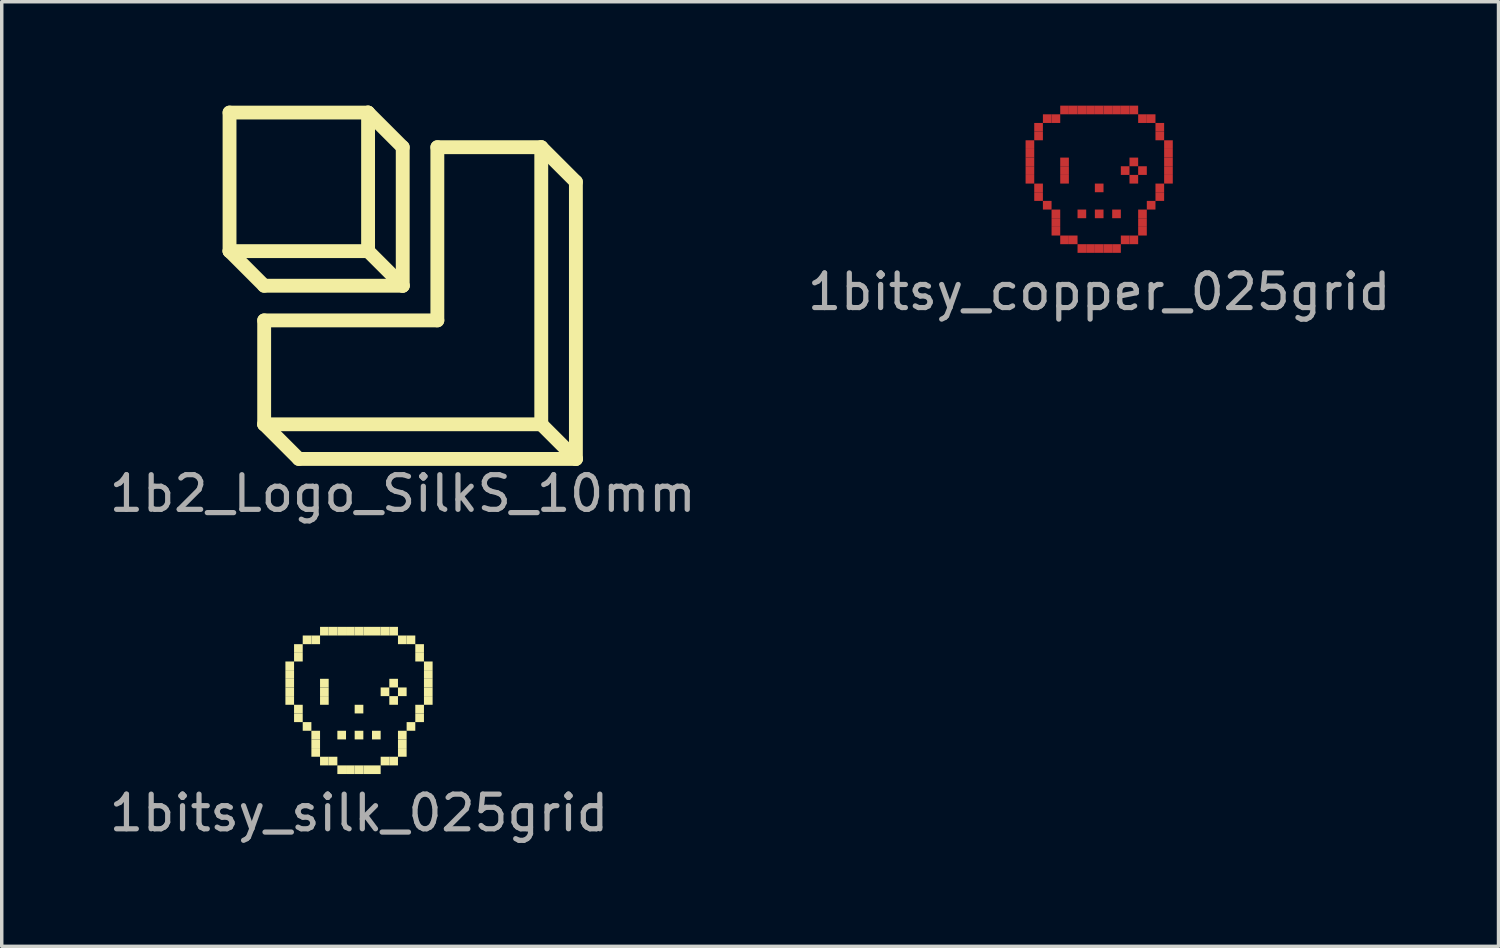
<source format=kicad_pcb>
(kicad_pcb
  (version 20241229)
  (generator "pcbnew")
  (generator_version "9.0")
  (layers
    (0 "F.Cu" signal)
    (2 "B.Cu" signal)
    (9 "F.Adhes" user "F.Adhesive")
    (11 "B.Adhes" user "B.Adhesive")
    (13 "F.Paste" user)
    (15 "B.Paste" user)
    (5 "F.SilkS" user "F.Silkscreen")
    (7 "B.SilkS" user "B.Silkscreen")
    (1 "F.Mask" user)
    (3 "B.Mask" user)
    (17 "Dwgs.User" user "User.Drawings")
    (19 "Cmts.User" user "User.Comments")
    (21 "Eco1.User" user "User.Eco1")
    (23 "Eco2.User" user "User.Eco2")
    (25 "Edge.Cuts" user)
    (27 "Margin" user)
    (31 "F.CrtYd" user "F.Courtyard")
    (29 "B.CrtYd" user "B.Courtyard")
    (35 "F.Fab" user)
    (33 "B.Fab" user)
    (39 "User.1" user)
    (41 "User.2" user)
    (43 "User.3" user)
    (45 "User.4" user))
  (footprint "1bitsy_copper_025grid"
    (layer "F.Cu")
    (at 28.685 1.625)
    (property "Reference" "1bitsy_copper_025grid" (at 0 3.75 0) (layer "F.Fab") (effects (font (size 1 1) (thickness 0.15))))
    (attr exclude_from_pos_files exclude_from_bom)
    (pad "1" smd rect (at -2 -0.5 270) (size 0.25 0.25) (layers "F.Cu" "F.Mask" "F.Paste"))
    (pad "1" smd rect (at -2 -0.25 270) (size 0.25 0.25) (layers "F.Cu" "F.Mask" "F.Paste"))
    (pad "1" smd rect (at -2 0 270) (size 0.25 0.25) (layers "F.Cu" "F.Mask" "F.Paste"))
    (pad "1" smd rect (at -2 0.25 270) (size 0.25 0.25) (layers "F.Cu" "F.Mask" "F.Paste"))
    (pad "1" smd rect (at -2 0.5 270) (size 0.25 0.25) (layers "F.Cu" "F.Mask" "F.Paste"))
    (pad "1" smd rect (at -1.75 -1 90) (size 0.25 0.25) (layers "F.Cu" "F.Mask" "F.Paste"))
    (pad "1" smd rect (at -1.75 -0.75 90) (size 0.25 0.25) (layers "F.Cu" "F.Mask" "F.Paste"))
    (pad "1" smd rect (at -1.75 0.75 90) (size 0.25 0.25) (layers "F.Cu" "F.Mask" "F.Paste"))
    (pad "1" smd rect (at -1.75 1 90) (size 0.25 0.25) (layers "F.Cu" "F.Mask" "F.Paste"))
    (pad "1" smd rect (at -1.5 -1.25) (size 0.25 0.25) (layers "F.Cu" "F.Mask" "F.Paste"))
    (pad "1" smd rect (at -1.5 1.25 90) (size 0.25 0.25) (layers "F.Cu" "F.Mask" "F.Paste"))
    (pad "1" smd rect (at -1.25 -1.25) (size 0.25 0.25) (layers "F.Cu" "F.Mask" "F.Paste"))
    (pad "1" smd rect (at -1.25 1.5 90) (size 0.25 0.25) (layers "F.Cu" "F.Mask" "F.Paste"))
    (pad "1" smd rect (at -1.25 1.75 90) (size 0.25 0.25) (layers "F.Cu" "F.Mask" "F.Paste"))
    (pad "1" smd rect (at -1.25 2 90) (size 0.25 0.25) (layers "F.Cu" "F.Mask" "F.Paste"))
    (pad "1" smd rect (at -1 -1.5) (size 0.25 0.25) (layers "F.Cu" "F.Mask" "F.Paste"))
    (pad "1" smd rect (at -1 0 90) (size 0.25 0.25) (layers "F.Cu" "F.Mask" "F.Paste"))
    (pad "1" smd rect (at -1 0.25 90) (size 0.25 0.25) (layers "F.Cu" "F.Mask" "F.Paste"))
    (pad "1" smd rect (at -1 0.5 90) (size 0.25 0.25) (layers "F.Cu" "F.Mask" "F.Paste"))
    (pad "1" smd rect (at -1 2.25) (size 0.25 0.25) (layers "F.Cu" "F.Mask" "F.Paste"))
    (pad "1" smd rect (at -0.75 -1.5) (size 0.25 0.25) (layers "F.Cu" "F.Mask" "F.Paste"))
    (pad "1" smd rect (at -0.75 2.25) (size 0.25 0.25) (layers "F.Cu" "F.Mask" "F.Paste"))
    (pad "1" smd rect (at -0.5 -1.5) (size 0.25 0.25) (layers "F.Cu" "F.Mask" "F.Paste"))
    (pad "1" smd rect (at -0.5 1.5 90) (size 0.25 0.25) (layers "F.Cu" "F.Mask" "F.Paste"))
    (pad "1" smd rect (at -0.5 2.5) (size 0.25 0.25) (layers "F.Cu" "F.Mask" "F.Paste"))
    (pad "1" smd rect (at -0.25 -1.5) (size 0.25 0.25) (layers "F.Cu" "F.Mask" "F.Paste"))
    (pad "1" smd rect (at -0.25 2.5) (size 0.25 0.25) (layers "F.Cu" "F.Mask" "F.Paste"))
    (pad "1" smd rect (at 0 -1.5) (size 0.25 0.25) (layers "F.Cu" "F.Mask" "F.Paste"))
    (pad "1" smd rect (at 0 0.75 90) (size 0.25 0.25) (layers "F.Cu" "F.Mask" "F.Paste"))
    (pad "1" smd rect (at 0 1.5 90) (size 0.25 0.25) (layers "F.Cu" "F.Mask" "F.Paste"))
    (pad "1" smd rect (at 0 2.5) (size 0.25 0.25) (layers "F.Cu" "F.Mask" "F.Paste"))
    (pad "1" smd rect (at 0.25 -1.5) (size 0.25 0.25) (layers "F.Cu" "F.Mask" "F.Paste"))
    (pad "1" smd rect (at 0.25 2.5) (size 0.25 0.25) (layers "F.Cu" "F.Mask" "F.Paste"))
    (pad "1" smd rect (at 0.5 -1.5) (size 0.25 0.25) (layers "F.Cu" "F.Mask" "F.Paste"))
    (pad "1" smd rect (at 0.5 1.5 90) (size 0.25 0.25) (layers "F.Cu" "F.Mask" "F.Paste"))
    (pad "1" smd rect (at 0.5 2.5) (size 0.25 0.25) (layers "F.Cu" "F.Mask" "F.Paste"))
    (pad "1" smd rect (at 0.75 -1.5) (size 0.25 0.25) (layers "F.Cu" "F.Mask" "F.Paste"))
    (pad "1" smd rect (at 0.75 0.25 90) (size 0.25 0.25) (layers "F.Cu" "F.Mask" "F.Paste"))
    (pad "1" smd rect (at 0.75 2.25) (size 0.25 0.25) (layers "F.Cu" "F.Mask" "F.Paste"))
    (pad "1" smd rect (at 1 -1.5) (size 0.25 0.25) (layers "F.Cu" "F.Mask" "F.Paste"))
    (pad "1" smd rect (at 1 0 90) (size 0.25 0.25) (layers "F.Cu" "F.Mask" "F.Paste"))
    (pad "1" smd rect (at 1 0.5 90) (size 0.25 0.25) (layers "F.Cu" "F.Mask" "F.Paste"))
    (pad "1" smd rect (at 1 2.25) (size 0.25 0.25) (layers "F.Cu" "F.Mask" "F.Paste"))
    (pad "1" smd rect (at 1.25 -1.25) (size 0.25 0.25) (layers "F.Cu" "F.Mask" "F.Paste"))
    (pad "1" smd rect (at 1.25 0.25 90) (size 0.25 0.25) (layers "F.Cu" "F.Mask" "F.Paste"))
    (pad "1" smd rect (at 1.25 1.5 90) (size 0.25 0.25) (layers "F.Cu" "F.Mask" "F.Paste"))
    (pad "1" smd rect (at 1.25 1.75 90) (size 0.25 0.25) (layers "F.Cu" "F.Mask" "F.Paste"))
    (pad "1" smd rect (at 1.25 2 90) (size 0.25 0.25) (layers "F.Cu" "F.Mask" "F.Paste"))
    (pad "1" smd rect (at 1.5 -1.25) (size 0.25 0.25) (layers "F.Cu" "F.Mask" "F.Paste"))
    (pad "1" smd rect (at 1.5 1.25 90) (size 0.25 0.25) (layers "F.Cu" "F.Mask" "F.Paste"))
    (pad "1" smd rect (at 1.75 -1 90) (size 0.25 0.25) (layers "F.Cu" "F.Mask" "F.Paste"))
    (pad "1" smd rect (at 1.75 -0.75 90) (size 0.25 0.25) (layers "F.Cu" "F.Mask" "F.Paste"))
    (pad "1" smd rect (at 1.75 0.75 90) (size 0.25 0.25) (layers "F.Cu" "F.Mask" "F.Paste"))
    (pad "1" smd rect (at 1.75 1 90) (size 0.25 0.25) (layers "F.Cu" "F.Mask" "F.Paste"))
    (pad "1" smd rect (at 2 -0.5 270) (size 0.25 0.25) (layers "F.Cu" "F.Mask" "F.Paste"))
    (pad "1" smd rect (at 2 -0.25 270) (size 0.25 0.25) (layers "F.Cu" "F.Mask" "F.Paste"))
    (pad "1" smd rect (at 2 0 270) (size 0.25 0.25) (layers "F.Cu" "F.Mask" "F.Paste"))
    (pad "1" smd rect (at 2 0.25 270) (size 0.25 0.25) (layers "F.Cu" "F.Mask" "F.Paste"))
    (pad "1" smd rect (at 2 0.5 270) (size 0.25 0.25) (layers "F.Cu" "F.Mask" "F.Paste")))
  (footprint "1b2_Logo_SilkS_10mm"
    (layer "F.Cu")
    (at 8.577 5.2)
    (property "Reference" "1b2_Logo_SilkS_10mm" (at 0 6 0) (layer "F.Fab") (effects (font (size 1 1) (thickness 0.15))))
    (attr exclude_from_pos_files exclude_from_bom)
    (fp_line (start -5 -5) (end -5 -1) (stroke (width 0.4) (type solid)) (layer "F.SilkS"))
    (fp_line (start -5 -1) (end -4 0) (stroke (width 0.4) (type solid)) (layer "F.SilkS"))
    (fp_line (start -5 -1) (end -1 -1) (stroke (width 0.4) (type solid)) (layer "F.SilkS"))
    (fp_line (start -4 0) (end 0 0) (stroke (width 0.4) (type solid)) (layer "F.SilkS"))
    (fp_line (start -4 1) (end -4 4) (stroke (width 0.4) (type solid)) (layer "F.SilkS"))
    (fp_line (start -4 4) (end -3 5) (stroke (width 0.4) (type solid)) (layer "F.SilkS"))
    (fp_line (start -4 4) (end 4 4) (stroke (width 0.4) (type solid)) (layer "F.SilkS"))
    (fp_line (start -3 5) (end 5 5) (stroke (width 0.4) (type solid)) (layer "F.SilkS"))
    (fp_line (start -1 -5) (end -5 -5) (stroke (width 0.4) (type solid)) (layer "F.SilkS"))
    (fp_line (start -1 -5) (end 0 -4) (stroke (width 0.4) (type solid)) (layer "F.SilkS"))
    (fp_line (start -1 -1) (end -1 -5) (stroke (width 0.4) (type solid)) (layer "F.SilkS"))
    (fp_line (start 0 -4) (end 0 0) (stroke (width 0.4) (type solid)) (layer "F.SilkS"))
    (fp_line (start 0 0) (end -1 -1) (stroke (width 0.4) (type solid)) (layer "F.SilkS"))
    (fp_line (start 1 -4) (end 1 1) (stroke (width 0.4) (type solid)) (layer "F.SilkS"))
    (fp_line (start 1 1) (end -4 1) (stroke (width 0.4) (type solid)) (layer "F.SilkS"))
    (fp_line (start 4 -4) (end 1 -4) (stroke (width 0.4) (type solid)) (layer "F.SilkS"))
    (fp_line (start 4 -4) (end 5 -3) (stroke (width 0.4) (type solid)) (layer "F.SilkS"))
    (fp_line (start 4 4) (end 4 -4) (stroke (width 0.4) (type solid)) (layer "F.SilkS"))
    (fp_line (start 5 -3) (end 5 5) (stroke (width 0.4) (type solid)) (layer "F.SilkS"))
    (fp_line (start 5 5) (end 4 4) (stroke (width 0.4) (type solid)) (layer "F.SilkS")))
  (footprint "1bitsy_silk_025grid"
    (layer "F.Cu")
    (at 7.315 16.673)
    (property "Reference" "1bitsy_silk_025grid" (at 0 3.75 0) (layer "F.Fab") (effects (font (size 1 1) (thickness 0.15))))
    (attr exclude_from_pos_files exclude_from_bom)
    (fp_poly (pts (xy -2.125 -0.625) (xy -2.125 -0.375) (xy -1.875 -0.375) (xy -1.875 -0.625)) (stroke (width 0) (type solid)) (fill yes) (layer "F.SilkS"))
    (fp_poly (pts (xy -2.125 -0.375) (xy -2.125 -0.125) (xy -1.875 -0.125) (xy -1.875 -0.375)) (stroke (width 0) (type solid)) (fill yes) (layer "F.SilkS"))
    (fp_poly (pts (xy -2.125 -0.125) (xy -2.125 0.125) (xy -1.875 0.125) (xy -1.875 -0.125)) (stroke (width 0) (type solid)) (fill yes) (layer "F.SilkS"))
    (fp_poly (pts (xy -2.125 0.125) (xy -2.125 0.375) (xy -1.875 0.375) (xy -1.875 0.125)) (stroke (width 0) (type solid)) (fill yes) (layer "F.SilkS"))
    (fp_poly (pts (xy -2.125 0.375) (xy -2.125 0.625) (xy -1.875 0.625) (xy -1.875 0.375)) (stroke (width 0) (type solid)) (fill yes) (layer "F.SilkS"))
    (fp_poly (pts (xy -1.875 -1.125) (xy -1.875 -0.875) (xy -1.625 -0.875) (xy -1.625 -1.125)) (stroke (width 0) (type solid)) (fill yes) (layer "F.SilkS"))
    (fp_poly (pts (xy -1.875 -0.875) (xy -1.875 -0.625) (xy -1.625 -0.625) (xy -1.625 -0.875)) (stroke (width 0) (type solid)) (fill yes) (layer "F.SilkS"))
    (fp_poly (pts (xy -1.875 0.625) (xy -1.875 0.875) (xy -1.625 0.875) (xy -1.625 0.625)) (stroke (width 0) (type solid)) (fill yes) (layer "F.SilkS"))
    (fp_poly (pts (xy -1.875 0.875) (xy -1.875 1.125) (xy -1.625 1.125) (xy -1.625 0.875)) (stroke (width 0) (type solid)) (fill yes) (layer "F.SilkS"))
    (fp_poly (pts (xy -1.625 -1.375) (xy -1.625 -1.125) (xy -1.375 -1.125) (xy -1.375 -1.375)) (stroke (width 0) (type solid)) (fill yes) (layer "F.SilkS"))
    (fp_poly (pts (xy -1.625 1.125) (xy -1.625 1.375) (xy -1.375 1.375) (xy -1.375 1.125)) (stroke (width 0) (type solid)) (fill yes) (layer "F.SilkS"))
    (fp_poly (pts (xy -1.375 -1.375) (xy -1.375 -1.125) (xy -1.125 -1.125) (xy -1.125 -1.375)) (stroke (width 0) (type solid)) (fill yes) (layer "F.SilkS"))
    (fp_poly (pts (xy -1.375 1.375) (xy -1.375 1.625) (xy -1.125 1.625) (xy -1.125 1.375)) (stroke (width 0) (type solid)) (fill yes) (layer "F.SilkS"))
    (fp_poly (pts (xy -1.375 1.625) (xy -1.375 1.875) (xy -1.125 1.875) (xy -1.125 1.625)) (stroke (width 0) (type solid)) (fill yes) (layer "F.SilkS"))
    (fp_poly (pts (xy -1.375 1.875) (xy -1.375 2.125) (xy -1.125 2.125) (xy -1.125 1.875)) (stroke (width 0) (type solid)) (fill yes) (layer "F.SilkS"))
    (fp_poly (pts (xy -1.125 -1.625) (xy -1.125 -1.375) (xy -0.875 -1.375) (xy -0.875 -1.625)) (stroke (width 0) (type solid)) (fill yes) (layer "F.SilkS"))
    (fp_poly (pts (xy -1.125 -0.125) (xy -1.125 0.125) (xy -0.875 0.125) (xy -0.875 -0.125)) (stroke (width 0) (type solid)) (fill yes) (layer "F.SilkS"))
    (fp_poly (pts (xy -1.125 0.125) (xy -1.125 0.375) (xy -0.875 0.375) (xy -0.875 0.125)) (stroke (width 0) (type solid)) (fill yes) (layer "F.SilkS"))
    (fp_poly (pts (xy -1.125 0.375) (xy -1.125 0.625) (xy -0.875 0.625) (xy -0.875 0.375)) (stroke (width 0) (type solid)) (fill yes) (layer "F.SilkS"))
    (fp_poly (pts (xy -1.125 2.125) (xy -1.125 2.375) (xy -0.875 2.375) (xy -0.875 2.125)) (stroke (width 0) (type solid)) (fill yes) (layer "F.SilkS"))
    (fp_poly (pts (xy -0.875 -1.625) (xy -0.875 -1.375) (xy -0.625 -1.375) (xy -0.625 -1.625)) (stroke (width 0) (type solid)) (fill yes) (layer "F.SilkS"))
    (fp_poly (pts (xy -0.875 2.125) (xy -0.875 2.375) (xy -0.625 2.375) (xy -0.625 2.125)) (stroke (width 0) (type solid)) (fill yes) (layer "F.SilkS"))
    (fp_poly (pts (xy -0.625 -1.625) (xy -0.625 -1.375) (xy -0.375 -1.375) (xy -0.375 -1.625)) (stroke (width 0) (type solid)) (fill yes) (layer "F.SilkS"))
    (fp_poly (pts (xy -0.625 1.375) (xy -0.625 1.625) (xy -0.375 1.625) (xy -0.375 1.375)) (stroke (width 0) (type solid)) (fill yes) (layer "F.SilkS"))
    (fp_poly (pts (xy -0.625 2.375) (xy -0.625 2.625) (xy -0.375 2.625) (xy -0.375 2.375)) (stroke (width 0) (type solid)) (fill yes) (layer "F.SilkS"))
    (fp_poly (pts (xy -0.375 -1.625) (xy -0.375 -1.375) (xy -0.125 -1.375) (xy -0.125 -1.625)) (stroke (width 0) (type solid)) (fill yes) (layer "F.SilkS"))
    (fp_poly (pts (xy -0.375 2.375) (xy -0.375 2.625) (xy -0.125 2.625) (xy -0.125 2.375)) (stroke (width 0) (type solid)) (fill yes) (layer "F.SilkS"))
    (fp_poly (pts (xy -0.125 -1.625) (xy -0.125 -1.375) (xy 0.125 -1.375) (xy 0.125 -1.625)) (stroke (width 0) (type solid)) (fill yes) (layer "F.SilkS"))
    (fp_poly (pts (xy -0.125 0.625) (xy -0.125 0.875) (xy 0.125 0.875) (xy 0.125 0.625)) (stroke (width 0) (type solid)) (fill yes) (layer "F.SilkS"))
    (fp_poly (pts (xy -0.125 1.375) (xy -0.125 1.625) (xy 0.125 1.625) (xy 0.125 1.375)) (stroke (width 0) (type solid)) (fill yes) (layer "F.SilkS"))
    (fp_poly (pts (xy -0.125 2.375) (xy -0.125 2.625) (xy 0.125 2.625) (xy 0.125 2.375)) (stroke (width 0) (type solid)) (fill yes) (layer "F.SilkS"))
    (fp_poly (pts (xy 0.125 -1.625) (xy 0.125 -1.375) (xy 0.375 -1.375) (xy 0.375 -1.625)) (stroke (width 0) (type solid)) (fill yes) (layer "F.SilkS"))
    (fp_poly (pts (xy 0.125 2.375) (xy 0.125 2.625) (xy 0.375 2.625) (xy 0.375 2.375)) (stroke (width 0) (type solid)) (fill yes) (layer "F.SilkS"))
    (fp_poly (pts (xy 0.375 -1.625) (xy 0.375 -1.375) (xy 0.625 -1.375) (xy 0.625 -1.625)) (stroke (width 0) (type solid)) (fill yes) (layer "F.SilkS"))
    (fp_poly (pts (xy 0.375 1.375) (xy 0.375 1.625) (xy 0.625 1.625) (xy 0.625 1.375)) (stroke (width 0) (type solid)) (fill yes) (layer "F.SilkS"))
    (fp_poly (pts (xy 0.375 2.375) (xy 0.375 2.625) (xy 0.625 2.625) (xy 0.625 2.375)) (stroke (width 0) (type solid)) (fill yes) (layer "F.SilkS"))
    (fp_poly (pts (xy 0.625 -1.625) (xy 0.625 -1.375) (xy 0.875 -1.375) (xy 0.875 -1.625)) (stroke (width 0) (type solid)) (fill yes) (layer "F.SilkS"))
    (fp_poly (pts (xy 0.625 0.125) (xy 0.625 0.375) (xy 0.875 0.375) (xy 0.875 0.125)) (stroke (width 0) (type solid)) (fill yes) (layer "F.SilkS"))
    (fp_poly (pts (xy 0.625 2.125) (xy 0.625 2.375) (xy 0.875 2.375) (xy 0.875 2.125)) (stroke (width 0) (type solid)) (fill yes) (layer "F.SilkS"))
    (fp_poly (pts (xy 0.875 -1.625) (xy 0.875 -1.375) (xy 1.125 -1.375) (xy 1.125 -1.625)) (stroke (width 0) (type solid)) (fill yes) (layer "F.SilkS"))
    (fp_poly (pts (xy 0.875 -0.125) (xy 0.875 0.125) (xy 1.125 0.125) (xy 1.125 -0.125)) (stroke (width 0) (type solid)) (fill yes) (layer "F.SilkS"))
    (fp_poly (pts (xy 0.875 0.375) (xy 0.875 0.625) (xy 1.125 0.625) (xy 1.125 0.375)) (stroke (width 0) (type solid)) (fill yes) (layer "F.SilkS"))
    (fp_poly (pts (xy 0.875 2.125) (xy 0.875 2.375) (xy 1.125 2.375) (xy 1.125 2.125)) (stroke (width 0) (type solid)) (fill yes) (layer "F.SilkS"))
    (fp_poly (pts (xy 1.125 -1.375) (xy 1.125 -1.125) (xy 1.375 -1.125) (xy 1.375 -1.375)) (stroke (width 0) (type solid)) (fill yes) (layer "F.SilkS"))
    (fp_poly (pts (xy 1.125 0.125) (xy 1.125 0.375) (xy 1.375 0.375) (xy 1.375 0.125)) (stroke (width 0) (type solid)) (fill yes) (layer "F.SilkS"))
    (fp_poly (pts (xy 1.125 1.375) (xy 1.125 1.625) (xy 1.375 1.625) (xy 1.375 1.375)) (stroke (width 0) (type solid)) (fill yes) (layer "F.SilkS"))
    (fp_poly (pts (xy 1.125 1.625) (xy 1.125 1.875) (xy 1.375 1.875) (xy 1.375 1.625)) (stroke (width 0) (type solid)) (fill yes) (layer "F.SilkS"))
    (fp_poly (pts (xy 1.125 1.875) (xy 1.125 2.125) (xy 1.375 2.125) (xy 1.375 1.875)) (stroke (width 0) (type solid)) (fill yes) (layer "F.SilkS"))
    (fp_poly (pts (xy 1.375 -1.375) (xy 1.375 -1.125) (xy 1.625 -1.125) (xy 1.625 -1.375)) (stroke (width 0) (type solid)) (fill yes) (layer "F.SilkS"))
    (fp_poly (pts (xy 1.375 1.125) (xy 1.375 1.375) (xy 1.625 1.375) (xy 1.625 1.125)) (stroke (width 0) (type solid)) (fill yes) (layer "F.SilkS"))
    (fp_poly (pts (xy 1.625 -1.125) (xy 1.625 -0.875) (xy 1.875 -0.875) (xy 1.875 -1.125)) (stroke (width 0) (type solid)) (fill yes) (layer "F.SilkS"))
    (fp_poly (pts (xy 1.625 -0.875) (xy 1.625 -0.625) (xy 1.875 -0.625) (xy 1.875 -0.875)) (stroke (width 0) (type solid)) (fill yes) (layer "F.SilkS"))
    (fp_poly (pts (xy 1.625 0.625) (xy 1.625 0.875) (xy 1.875 0.875) (xy 1.875 0.625)) (stroke (width 0) (type solid)) (fill yes) (layer "F.SilkS"))
    (fp_poly (pts (xy 1.625 0.875) (xy 1.625 1.125) (xy 1.875 1.125) (xy 1.875 0.875)) (stroke (width 0) (type solid)) (fill yes) (layer "F.SilkS"))
    (fp_poly (pts (xy 1.875 -0.625) (xy 1.875 -0.375) (xy 2.125 -0.375) (xy 2.125 -0.625)) (stroke (width 0) (type solid)) (fill yes) (layer "F.SilkS"))
    (fp_poly (pts (xy 1.875 -0.375) (xy 1.875 -0.125) (xy 2.125 -0.125) (xy 2.125 -0.375)) (stroke (width 0) (type solid)) (fill yes) (layer "F.SilkS"))
    (fp_poly (pts (xy 1.875 -0.125) (xy 1.875 0.125) (xy 2.125 0.125) (xy 2.125 -0.125)) (stroke (width 0) (type solid)) (fill yes) (layer "F.SilkS"))
    (fp_poly (pts (xy 1.875 0.125) (xy 1.875 0.375) (xy 2.125 0.375) (xy 2.125 0.125)) (stroke (width 0) (type solid)) (fill yes) (layer "F.SilkS"))
    (fp_poly (pts (xy 1.875 0.375) (xy 1.875 0.625) (xy 2.125 0.625) (xy 2.125 0.375)) (stroke (width 0) (type solid)) (fill yes) (layer "F.SilkS")))
  (gr_rect
    (start -3 -3)
    (end 40.214 24.271)
    (stroke (width 0.1) (type default))
    (fill no)
    (layer "Edge.Cuts")))
</source>
